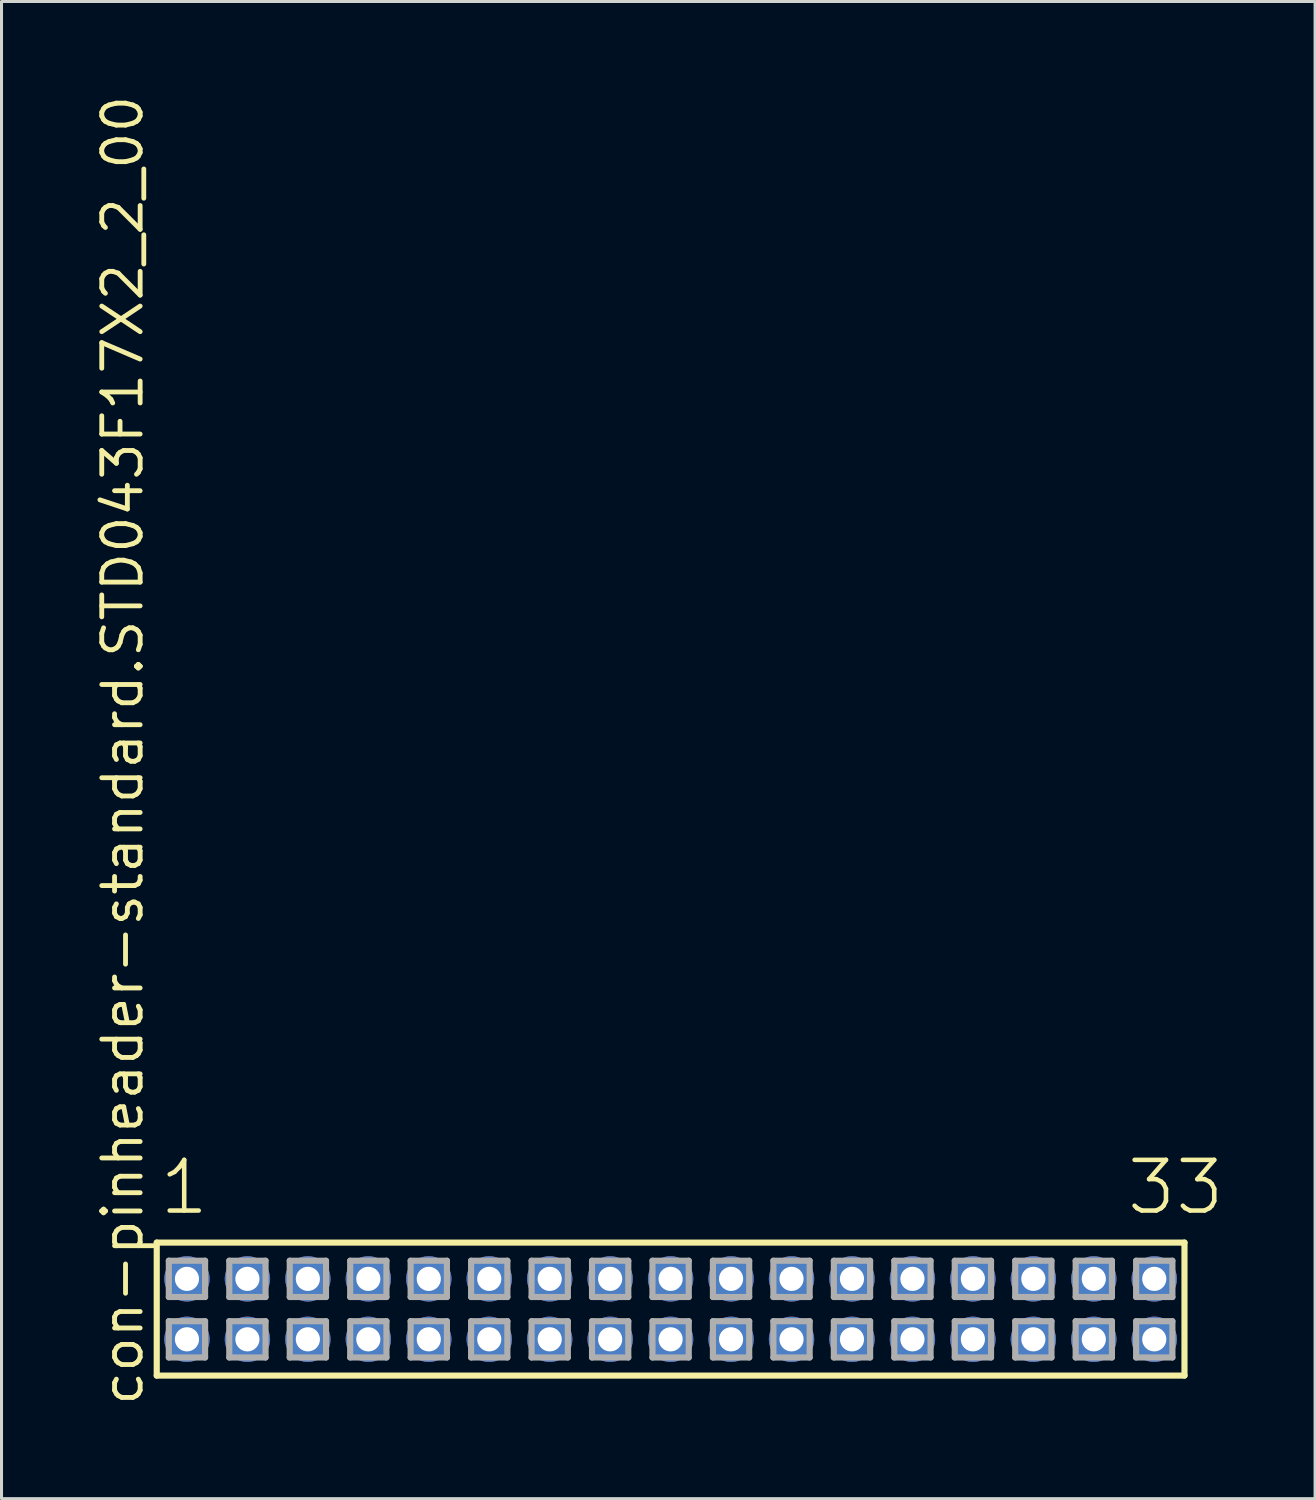
<source format=kicad_pcb>
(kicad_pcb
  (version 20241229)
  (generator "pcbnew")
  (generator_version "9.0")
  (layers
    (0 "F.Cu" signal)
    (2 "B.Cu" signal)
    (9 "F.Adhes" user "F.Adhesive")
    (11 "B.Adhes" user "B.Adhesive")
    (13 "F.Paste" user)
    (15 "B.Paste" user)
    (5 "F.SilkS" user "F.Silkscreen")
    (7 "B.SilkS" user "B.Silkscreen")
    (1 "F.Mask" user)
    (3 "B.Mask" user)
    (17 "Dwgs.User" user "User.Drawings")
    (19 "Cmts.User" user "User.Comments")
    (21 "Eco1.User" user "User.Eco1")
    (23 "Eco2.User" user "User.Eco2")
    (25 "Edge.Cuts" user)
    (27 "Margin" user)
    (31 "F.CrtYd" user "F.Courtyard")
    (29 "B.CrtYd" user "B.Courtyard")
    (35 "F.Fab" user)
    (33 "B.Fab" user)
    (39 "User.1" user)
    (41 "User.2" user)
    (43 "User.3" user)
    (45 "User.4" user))
  (footprint "con-pinheader-standard.STD043F17X2_2_00"
    (layer "F.Cu")
    (at 19.135 40.257)
    (property "Reference" "con-pinheader-standard.STD043F17X2_2_00" (at -17.385 3.27 90) (layer "F.SilkS") (effects (font (size 1.27 1.27) (thickness 0.16)) (justify left bottom)))
    (attr through_hole)
    (fp_line (start -17 -2.2) (end 17 -2.2) (stroke (width 0.203) (type default)) (layer "F.SilkS"))
    (fp_line (start -17 2.2) (end -17 -2.2) (stroke (width 0.203) (type default)) (layer "F.SilkS"))
    (fp_line (start 17 -2.2) (end 17 2.2) (stroke (width 0.203) (type default)) (layer "F.SilkS"))
    (fp_line (start 17 2.2) (end -17 2.2) (stroke (width 0.203) (type default)) (layer "F.SilkS"))
    (fp_line (start -16.6 -1.6) (end -15.4 -1.6) (stroke (width 0.203) (type default)) (layer "F.Fab"))
    (fp_line (start -16.6 -0.4) (end -16.6 -1.6) (stroke (width 0.203) (type default)) (layer "F.Fab"))
    (fp_line (start -16.6 0.4) (end -15.4 0.4) (stroke (width 0.203) (type default)) (layer "F.Fab"))
    (fp_line (start -16.6 1.6) (end -16.6 0.4) (stroke (width 0.203) (type default)) (layer "F.Fab"))
    (fp_line (start -15.4 -1.6) (end -15.4 -0.4) (stroke (width 0.203) (type default)) (layer "F.Fab"))
    (fp_line (start -15.4 -0.4) (end -16.6 -0.4) (stroke (width 0.203) (type default)) (layer "F.Fab"))
    (fp_line (start -15.4 0.4) (end -15.4 1.6) (stroke (width 0.203) (type default)) (layer "F.Fab"))
    (fp_line (start -15.4 1.6) (end -16.6 1.6) (stroke (width 0.203) (type default)) (layer "F.Fab"))
    (fp_line (start -14.6 -1.6) (end -13.4 -1.6) (stroke (width 0.203) (type default)) (layer "F.Fab"))
    (fp_line (start -14.6 -0.4) (end -14.6 -1.6) (stroke (width 0.203) (type default)) (layer "F.Fab"))
    (fp_line (start -14.6 0.4) (end -13.4 0.4) (stroke (width 0.203) (type default)) (layer "F.Fab"))
    (fp_line (start -14.6 1.6) (end -14.6 0.4) (stroke (width 0.203) (type default)) (layer "F.Fab"))
    (fp_line (start -13.4 -1.6) (end -13.4 -0.4) (stroke (width 0.203) (type default)) (layer "F.Fab"))
    (fp_line (start -13.4 -0.4) (end -14.6 -0.4) (stroke (width 0.203) (type default)) (layer "F.Fab"))
    (fp_line (start -13.4 0.4) (end -13.4 1.6) (stroke (width 0.203) (type default)) (layer "F.Fab"))
    (fp_line (start -13.4 1.6) (end -14.6 1.6) (stroke (width 0.203) (type default)) (layer "F.Fab"))
    (fp_line (start -12.6 -1.6) (end -11.4 -1.6) (stroke (width 0.203) (type default)) (layer "F.Fab"))
    (fp_line (start -12.6 -0.4) (end -12.6 -1.6) (stroke (width 0.203) (type default)) (layer "F.Fab"))
    (fp_line (start -12.6 0.4) (end -11.4 0.4) (stroke (width 0.203) (type default)) (layer "F.Fab"))
    (fp_line (start -12.6 1.6) (end -12.6 0.4) (stroke (width 0.203) (type default)) (layer "F.Fab"))
    (fp_line (start -11.4 -1.6) (end -11.4 -0.4) (stroke (width 0.203) (type default)) (layer "F.Fab"))
    (fp_line (start -11.4 -0.4) (end -12.6 -0.4) (stroke (width 0.203) (type default)) (layer "F.Fab"))
    (fp_line (start -11.4 0.4) (end -11.4 1.6) (stroke (width 0.203) (type default)) (layer "F.Fab"))
    (fp_line (start -11.4 1.6) (end -12.6 1.6) (stroke (width 0.203) (type default)) (layer "F.Fab"))
    (fp_line (start -10.6 -1.6) (end -9.4 -1.6) (stroke (width 0.203) (type default)) (layer "F.Fab"))
    (fp_line (start -10.6 -0.4) (end -10.6 -1.6) (stroke (width 0.203) (type default)) (layer "F.Fab"))
    (fp_line (start -10.6 0.4) (end -9.4 0.4) (stroke (width 0.203) (type default)) (layer "F.Fab"))
    (fp_line (start -10.6 1.6) (end -10.6 0.4) (stroke (width 0.203) (type default)) (layer "F.Fab"))
    (fp_line (start -9.4 -1.6) (end -9.4 -0.4) (stroke (width 0.203) (type default)) (layer "F.Fab"))
    (fp_line (start -9.4 -0.4) (end -10.6 -0.4) (stroke (width 0.203) (type default)) (layer "F.Fab"))
    (fp_line (start -9.4 0.4) (end -9.4 1.6) (stroke (width 0.203) (type default)) (layer "F.Fab"))
    (fp_line (start -9.4 1.6) (end -10.6 1.6) (stroke (width 0.203) (type default)) (layer "F.Fab"))
    (fp_line (start -8.6 -1.6) (end -7.4 -1.6) (stroke (width 0.203) (type default)) (layer "F.Fab"))
    (fp_line (start -8.6 -0.4) (end -8.6 -1.6) (stroke (width 0.203) (type default)) (layer "F.Fab"))
    (fp_line (start -8.6 0.4) (end -7.4 0.4) (stroke (width 0.203) (type default)) (layer "F.Fab"))
    (fp_line (start -8.6 1.6) (end -8.6 0.4) (stroke (width 0.203) (type default)) (layer "F.Fab"))
    (fp_line (start -7.4 -1.6) (end -7.4 -0.4) (stroke (width 0.203) (type default)) (layer "F.Fab"))
    (fp_line (start -7.4 -0.4) (end -8.6 -0.4) (stroke (width 0.203) (type default)) (layer "F.Fab"))
    (fp_line (start -7.4 0.4) (end -7.4 1.6) (stroke (width 0.203) (type default)) (layer "F.Fab"))
    (fp_line (start -7.4 1.6) (end -8.6 1.6) (stroke (width 0.203) (type default)) (layer "F.Fab"))
    (fp_line (start -6.6 -1.6) (end -5.4 -1.6) (stroke (width 0.203) (type default)) (layer "F.Fab"))
    (fp_line (start -6.6 -0.4) (end -6.6 -1.6) (stroke (width 0.203) (type default)) (layer "F.Fab"))
    (fp_line (start -6.6 0.4) (end -5.4 0.4) (stroke (width 0.203) (type default)) (layer "F.Fab"))
    (fp_line (start -6.6 1.6) (end -6.6 0.4) (stroke (width 0.203) (type default)) (layer "F.Fab"))
    (fp_line (start -5.4 -1.6) (end -5.4 -0.4) (stroke (width 0.203) (type default)) (layer "F.Fab"))
    (fp_line (start -5.4 -0.4) (end -6.6 -0.4) (stroke (width 0.203) (type default)) (layer "F.Fab"))
    (fp_line (start -5.4 0.4) (end -5.4 1.6) (stroke (width 0.203) (type default)) (layer "F.Fab"))
    (fp_line (start -5.4 1.6) (end -6.6 1.6) (stroke (width 0.203) (type default)) (layer "F.Fab"))
    (fp_line (start -4.6 -1.6) (end -3.4 -1.6) (stroke (width 0.203) (type default)) (layer "F.Fab"))
    (fp_line (start -4.6 -0.4) (end -4.6 -1.6) (stroke (width 0.203) (type default)) (layer "F.Fab"))
    (fp_line (start -4.6 0.4) (end -3.4 0.4) (stroke (width 0.203) (type default)) (layer "F.Fab"))
    (fp_line (start -4.6 1.6) (end -4.6 0.4) (stroke (width 0.203) (type default)) (layer "F.Fab"))
    (fp_line (start -3.4 -1.6) (end -3.4 -0.4) (stroke (width 0.203) (type default)) (layer "F.Fab"))
    (fp_line (start -3.4 -0.4) (end -4.6 -0.4) (stroke (width 0.203) (type default)) (layer "F.Fab"))
    (fp_line (start -3.4 0.4) (end -3.4 1.6) (stroke (width 0.203) (type default)) (layer "F.Fab"))
    (fp_line (start -3.4 1.6) (end -4.6 1.6) (stroke (width 0.203) (type default)) (layer "F.Fab"))
    (fp_line (start -2.6 -1.6) (end -1.4 -1.6) (stroke (width 0.203) (type default)) (layer "F.Fab"))
    (fp_line (start -2.6 -0.4) (end -2.6 -1.6) (stroke (width 0.203) (type default)) (layer "F.Fab"))
    (fp_line (start -2.6 0.4) (end -1.4 0.4) (stroke (width 0.203) (type default)) (layer "F.Fab"))
    (fp_line (start -2.6 1.6) (end -2.6 0.4) (stroke (width 0.203) (type default)) (layer "F.Fab"))
    (fp_line (start -1.4 -1.6) (end -1.4 -0.4) (stroke (width 0.203) (type default)) (layer "F.Fab"))
    (fp_line (start -1.4 -0.4) (end -2.6 -0.4) (stroke (width 0.203) (type default)) (layer "F.Fab"))
    (fp_line (start -1.4 0.4) (end -1.4 1.6) (stroke (width 0.203) (type default)) (layer "F.Fab"))
    (fp_line (start -1.4 1.6) (end -2.6 1.6) (stroke (width 0.203) (type default)) (layer "F.Fab"))
    (fp_line (start -0.6 -1.6) (end 0.6 -1.6) (stroke (width 0.203) (type default)) (layer "F.Fab"))
    (fp_line (start -0.6 -0.4) (end -0.6 -1.6) (stroke (width 0.203) (type default)) (layer "F.Fab"))
    (fp_line (start -0.6 0.4) (end 0.6 0.4) (stroke (width 0.203) (type default)) (layer "F.Fab"))
    (fp_line (start -0.6 1.6) (end -0.6 0.4) (stroke (width 0.203) (type default)) (layer "F.Fab"))
    (fp_line (start 0.6 -1.6) (end 0.6 -0.4) (stroke (width 0.203) (type default)) (layer "F.Fab"))
    (fp_line (start 0.6 -0.4) (end -0.6 -0.4) (stroke (width 0.203) (type default)) (layer "F.Fab"))
    (fp_line (start 0.6 0.4) (end 0.6 1.6) (stroke (width 0.203) (type default)) (layer "F.Fab"))
    (fp_line (start 0.6 1.6) (end -0.6 1.6) (stroke (width 0.203) (type default)) (layer "F.Fab"))
    (fp_line (start 1.4 -1.6) (end 2.6 -1.6) (stroke (width 0.203) (type default)) (layer "F.Fab"))
    (fp_line (start 1.4 -0.4) (end 1.4 -1.6) (stroke (width 0.203) (type default)) (layer "F.Fab"))
    (fp_line (start 1.4 0.4) (end 2.6 0.4) (stroke (width 0.203) (type default)) (layer "F.Fab"))
    (fp_line (start 1.4 1.6) (end 1.4 0.4) (stroke (width 0.203) (type default)) (layer "F.Fab"))
    (fp_line (start 2.6 -1.6) (end 2.6 -0.4) (stroke (width 0.203) (type default)) (layer "F.Fab"))
    (fp_line (start 2.6 -0.4) (end 1.4 -0.4) (stroke (width 0.203) (type default)) (layer "F.Fab"))
    (fp_line (start 2.6 0.4) (end 2.6 1.6) (stroke (width 0.203) (type default)) (layer "F.Fab"))
    (fp_line (start 2.6 1.6) (end 1.4 1.6) (stroke (width 0.203) (type default)) (layer "F.Fab"))
    (fp_line (start 3.4 -1.6) (end 4.6 -1.6) (stroke (width 0.203) (type default)) (layer "F.Fab"))
    (fp_line (start 3.4 -0.4) (end 3.4 -1.6) (stroke (width 0.203) (type default)) (layer "F.Fab"))
    (fp_line (start 3.4 0.4) (end 4.6 0.4) (stroke (width 0.203) (type default)) (layer "F.Fab"))
    (fp_line (start 3.4 1.6) (end 3.4 0.4) (stroke (width 0.203) (type default)) (layer "F.Fab"))
    (fp_line (start 4.6 -1.6) (end 4.6 -0.4) (stroke (width 0.203) (type default)) (layer "F.Fab"))
    (fp_line (start 4.6 -0.4) (end 3.4 -0.4) (stroke (width 0.203) (type default)) (layer "F.Fab"))
    (fp_line (start 4.6 0.4) (end 4.6 1.6) (stroke (width 0.203) (type default)) (layer "F.Fab"))
    (fp_line (start 4.6 1.6) (end 3.4 1.6) (stroke (width 0.203) (type default)) (layer "F.Fab"))
    (fp_line (start 5.4 -1.6) (end 6.6 -1.6) (stroke (width 0.203) (type default)) (layer "F.Fab"))
    (fp_line (start 5.4 -0.4) (end 5.4 -1.6) (stroke (width 0.203) (type default)) (layer "F.Fab"))
    (fp_line (start 5.4 0.4) (end 6.6 0.4) (stroke (width 0.203) (type default)) (layer "F.Fab"))
    (fp_line (start 5.4 1.6) (end 5.4 0.4) (stroke (width 0.203) (type default)) (layer "F.Fab"))
    (fp_line (start 6.6 -1.6) (end 6.6 -0.4) (stroke (width 0.203) (type default)) (layer "F.Fab"))
    (fp_line (start 6.6 -0.4) (end 5.4 -0.4) (stroke (width 0.203) (type default)) (layer "F.Fab"))
    (fp_line (start 6.6 0.4) (end 6.6 1.6) (stroke (width 0.203) (type default)) (layer "F.Fab"))
    (fp_line (start 6.6 1.6) (end 5.4 1.6) (stroke (width 0.203) (type default)) (layer "F.Fab"))
    (fp_line (start 7.4 -1.6) (end 8.6 -1.6) (stroke (width 0.203) (type default)) (layer "F.Fab"))
    (fp_line (start 7.4 -0.4) (end 7.4 -1.6) (stroke (width 0.203) (type default)) (layer "F.Fab"))
    (fp_line (start 7.4 0.4) (end 8.6 0.4) (stroke (width 0.203) (type default)) (layer "F.Fab"))
    (fp_line (start 7.4 1.6) (end 7.4 0.4) (stroke (width 0.203) (type default)) (layer "F.Fab"))
    (fp_line (start 8.6 -1.6) (end 8.6 -0.4) (stroke (width 0.203) (type default)) (layer "F.Fab"))
    (fp_line (start 8.6 -0.4) (end 7.4 -0.4) (stroke (width 0.203) (type default)) (layer "F.Fab"))
    (fp_line (start 8.6 0.4) (end 8.6 1.6) (stroke (width 0.203) (type default)) (layer "F.Fab"))
    (fp_line (start 8.6 1.6) (end 7.4 1.6) (stroke (width 0.203) (type default)) (layer "F.Fab"))
    (fp_line (start 9.4 -1.6) (end 10.6 -1.6) (stroke (width 0.203) (type default)) (layer "F.Fab"))
    (fp_line (start 9.4 -0.4) (end 9.4 -1.6) (stroke (width 0.203) (type default)) (layer "F.Fab"))
    (fp_line (start 9.4 0.4) (end 10.6 0.4) (stroke (width 0.203) (type default)) (layer "F.Fab"))
    (fp_line (start 9.4 1.6) (end 9.4 0.4) (stroke (width 0.203) (type default)) (layer "F.Fab"))
    (fp_line (start 10.6 -1.6) (end 10.6 -0.4) (stroke (width 0.203) (type default)) (layer "F.Fab"))
    (fp_line (start 10.6 -0.4) (end 9.4 -0.4) (stroke (width 0.203) (type default)) (layer "F.Fab"))
    (fp_line (start 10.6 0.4) (end 10.6 1.6) (stroke (width 0.203) (type default)) (layer "F.Fab"))
    (fp_line (start 10.6 1.6) (end 9.4 1.6) (stroke (width 0.203) (type default)) (layer "F.Fab"))
    (fp_line (start 11.4 -1.6) (end 12.6 -1.6) (stroke (width 0.203) (type default)) (layer "F.Fab"))
    (fp_line (start 11.4 -0.4) (end 11.4 -1.6) (stroke (width 0.203) (type default)) (layer "F.Fab"))
    (fp_line (start 11.4 0.4) (end 12.6 0.4) (stroke (width 0.203) (type default)) (layer "F.Fab"))
    (fp_line (start 11.4 1.6) (end 11.4 0.4) (stroke (width 0.203) (type default)) (layer "F.Fab"))
    (fp_line (start 12.6 -1.6) (end 12.6 -0.4) (stroke (width 0.203) (type default)) (layer "F.Fab"))
    (fp_line (start 12.6 -0.4) (end 11.4 -0.4) (stroke (width 0.203) (type default)) (layer "F.Fab"))
    (fp_line (start 12.6 0.4) (end 12.6 1.6) (stroke (width 0.203) (type default)) (layer "F.Fab"))
    (fp_line (start 12.6 1.6) (end 11.4 1.6) (stroke (width 0.203) (type default)) (layer "F.Fab"))
    (fp_line (start 13.4 -1.6) (end 14.6 -1.6) (stroke (width 0.203) (type default)) (layer "F.Fab"))
    (fp_line (start 13.4 -0.4) (end 13.4 -1.6) (stroke (width 0.203) (type default)) (layer "F.Fab"))
    (fp_line (start 13.4 0.4) (end 14.6 0.4) (stroke (width 0.203) (type default)) (layer "F.Fab"))
    (fp_line (start 13.4 1.6) (end 13.4 0.4) (stroke (width 0.203) (type default)) (layer "F.Fab"))
    (fp_line (start 14.6 -1.6) (end 14.6 -0.4) (stroke (width 0.203) (type default)) (layer "F.Fab"))
    (fp_line (start 14.6 -0.4) (end 13.4 -0.4) (stroke (width 0.203) (type default)) (layer "F.Fab"))
    (fp_line (start 14.6 0.4) (end 14.6 1.6) (stroke (width 0.203) (type default)) (layer "F.Fab"))
    (fp_line (start 14.6 1.6) (end 13.4 1.6) (stroke (width 0.203) (type default)) (layer "F.Fab"))
    (fp_line (start 15.4 -1.6) (end 16.6 -1.6) (stroke (width 0.203) (type default)) (layer "F.Fab"))
    (fp_line (start 15.4 -0.4) (end 15.4 -1.6) (stroke (width 0.203) (type default)) (layer "F.Fab"))
    (fp_line (start 15.4 0.4) (end 16.6 0.4) (stroke (width 0.203) (type default)) (layer "F.Fab"))
    (fp_line (start 15.4 1.6) (end 15.4 0.4) (stroke (width 0.203) (type default)) (layer "F.Fab"))
    (fp_line (start 16.6 -1.6) (end 16.6 -0.4) (stroke (width 0.203) (type default)) (layer "F.Fab"))
    (fp_line (start 16.6 -0.4) (end 15.4 -0.4) (stroke (width 0.203) (type default)) (layer "F.Fab"))
    (fp_line (start 16.6 0.4) (end 16.6 1.6) (stroke (width 0.203) (type default)) (layer "F.Fab"))
    (fp_line (start 16.6 1.6) (end 15.4 1.6) (stroke (width 0.203) (type default)) (layer "F.Fab"))
    (fp_text user "1" (at -16.988 -3.048 0) (layer "F.SilkS") (effects (font (size 1.676 1.676) (thickness 0.15)) (justify left bottom)))
    (fp_text user "33" (at 15.012 -3.048 0) (layer "F.SilkS") (effects (font (size 1.676 1.676) (thickness 0.15)) (justify left bottom)))
    (pad "1" thru_hole circle (at -16 -1) (size 1.5 1.5) (drill 0.8) (layers "*.Cu" "*.Mask"))
    (pad "2" thru_hole circle (at -16 1) (size 1.5 1.5) (drill 0.8) (layers "*.Cu" "*.Mask"))
    (pad "3" thru_hole circle (at -14 -1) (size 1.5 1.5) (drill 0.8) (layers "*.Cu" "*.Mask"))
    (pad "4" thru_hole circle (at -14 1) (size 1.5 1.5) (drill 0.8) (layers "*.Cu" "*.Mask"))
    (pad "5" thru_hole circle (at -12 -1) (size 1.5 1.5) (drill 0.8) (layers "*.Cu" "*.Mask"))
    (pad "6" thru_hole circle (at -12 1) (size 1.5 1.5) (drill 0.8) (layers "*.Cu" "*.Mask"))
    (pad "7" thru_hole circle (at -10 -1) (size 1.5 1.5) (drill 0.8) (layers "*.Cu" "*.Mask"))
    (pad "8" thru_hole circle (at -10 1) (size 1.5 1.5) (drill 0.8) (layers "*.Cu" "*.Mask"))
    (pad "9" thru_hole circle (at -8 -1) (size 1.5 1.5) (drill 0.8) (layers "*.Cu" "*.Mask"))
    (pad "10" thru_hole circle (at -8 1) (size 1.5 1.5) (drill 0.8) (layers "*.Cu" "*.Mask"))
    (pad "11" thru_hole circle (at -6 -1) (size 1.5 1.5) (drill 0.8) (layers "*.Cu" "*.Mask"))
    (pad "12" thru_hole circle (at -6 1) (size 1.5 1.5) (drill 0.8) (layers "*.Cu" "*.Mask"))
    (pad "13" thru_hole circle (at -4 -1) (size 1.5 1.5) (drill 0.8) (layers "*.Cu" "*.Mask"))
    (pad "14" thru_hole circle (at -4 1) (size 1.5 1.5) (drill 0.8) (layers "*.Cu" "*.Mask"))
    (pad "15" thru_hole circle (at -2 -1) (size 1.5 1.5) (drill 0.8) (layers "*.Cu" "*.Mask"))
    (pad "16" thru_hole circle (at -2 1) (size 1.5 1.5) (drill 0.8) (layers "*.Cu" "*.Mask"))
    (pad "17" thru_hole circle (at 0 -1) (size 1.5 1.5) (drill 0.8) (layers "*.Cu" "*.Mask"))
    (pad "18" thru_hole circle (at 0 1) (size 1.5 1.5) (drill 0.8) (layers "*.Cu" "*.Mask"))
    (pad "19" thru_hole circle (at 2 -1) (size 1.5 1.5) (drill 0.8) (layers "*.Cu" "*.Mask"))
    (pad "20" thru_hole circle (at 2 1) (size 1.5 1.5) (drill 0.8) (layers "*.Cu" "*.Mask"))
    (pad "21" thru_hole circle (at 4 -1) (size 1.5 1.5) (drill 0.8) (layers "*.Cu" "*.Mask"))
    (pad "22" thru_hole circle (at 4 1) (size 1.5 1.5) (drill 0.8) (layers "*.Cu" "*.Mask"))
    (pad "23" thru_hole circle (at 6 -1) (size 1.5 1.5) (drill 0.8) (layers "*.Cu" "*.Mask"))
    (pad "24" thru_hole circle (at 6 1) (size 1.5 1.5) (drill 0.8) (layers "*.Cu" "*.Mask"))
    (pad "25" thru_hole circle (at 8 -1) (size 1.5 1.5) (drill 0.8) (layers "*.Cu" "*.Mask"))
    (pad "26" thru_hole circle (at 8 1) (size 1.5 1.5) (drill 0.8) (layers "*.Cu" "*.Mask"))
    (pad "27" thru_hole circle (at 10 -1) (size 1.5 1.5) (drill 0.8) (layers "*.Cu" "*.Mask"))
    (pad "28" thru_hole circle (at 10 1) (size 1.5 1.5) (drill 0.8) (layers "*.Cu" "*.Mask"))
    (pad "29" thru_hole circle (at 12 -1) (size 1.5 1.5) (drill 0.8) (layers "*.Cu" "*.Mask"))
    (pad "30" thru_hole circle (at 12 1) (size 1.5 1.5) (drill 0.8) (layers "*.Cu" "*.Mask"))
    (pad "31" thru_hole circle (at 14 -1) (size 1.5 1.5) (drill 0.8) (layers "*.Cu" "*.Mask"))
    (pad "32" thru_hole circle (at 14 1) (size 1.5 1.5) (drill 0.8) (layers "*.Cu" "*.Mask"))
    (pad "33" thru_hole circle (at 16 -1) (size 1.5 1.5) (drill 0.8) (layers "*.Cu" "*.Mask"))
    (pad "34" thru_hole circle (at 16 1) (size 1.5 1.5) (drill 0.8) (layers "*.Cu" "*.Mask")))
  (gr_rect
    (start -3 -3)
    (end 40.455 46.527)
    (stroke (width 0.1) (type default))
    (fill no)
    (layer "Edge.Cuts")))
</source>
